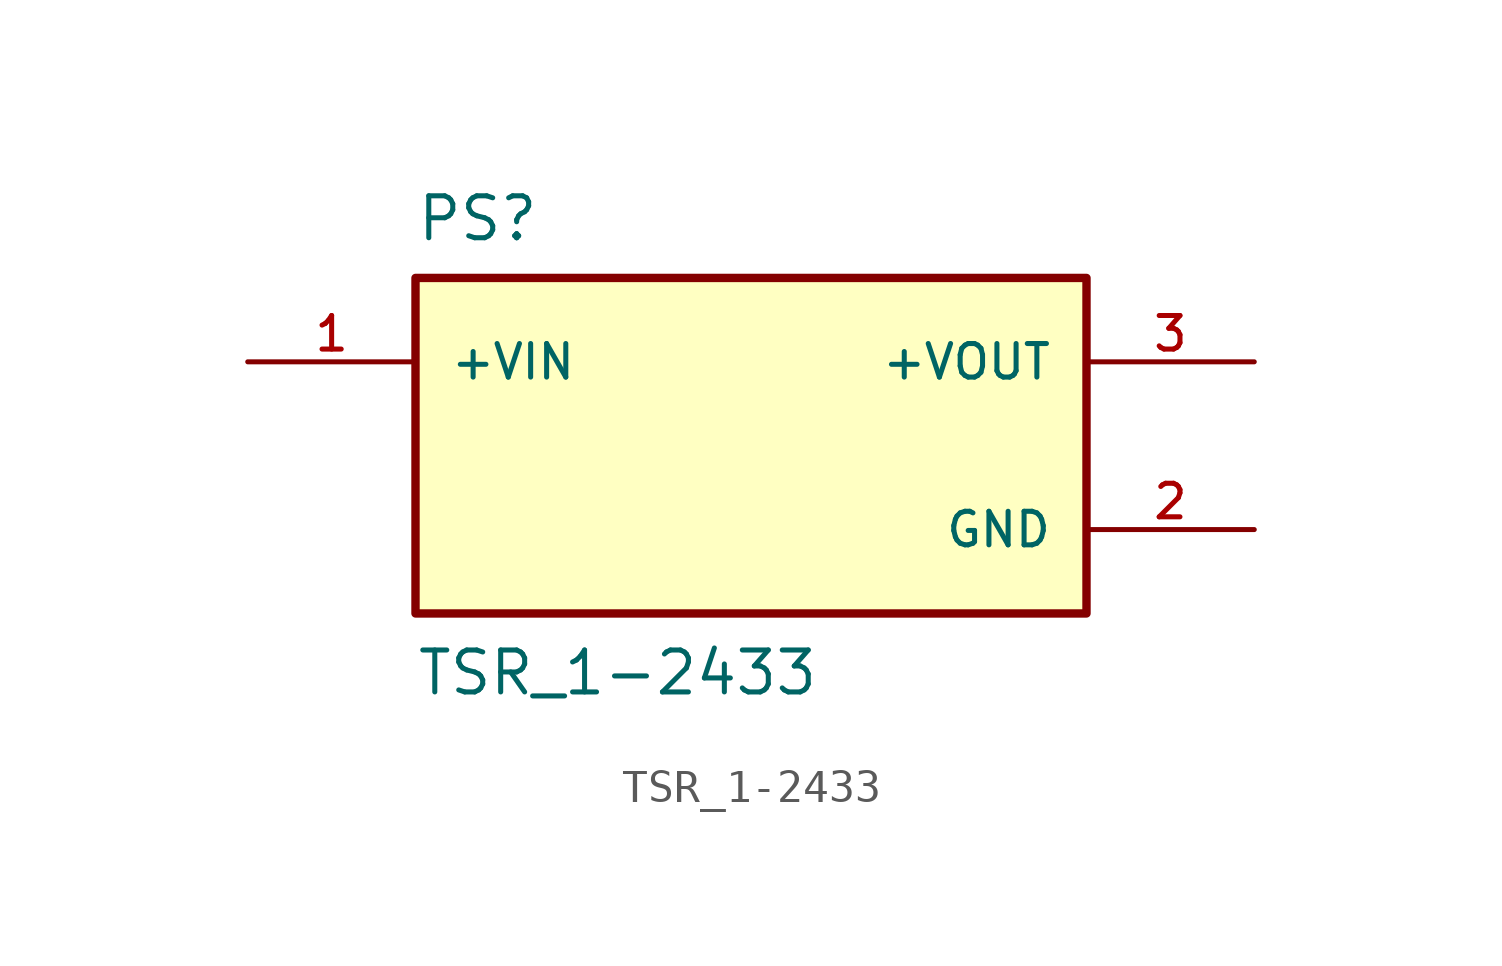
<source format=kicad_sym>
(kicad_symbol_lib
  (version 20211014)
  (generator kicad_symbol_editor)
  (symbol "TSR_1-2433"
    (pin_names
      (offset 1.016))
    (property "Reference" "PS"
      (at -10.16 7.62 0)
      (effects (font (size 1.27 1.27)) (justify top left)))
    (property "Value" "TSR_1-2433"
      (at -10.16 -7.62 0)
      (effects (font (size 1.27 1.27)) (justify bottom left)))
    (symbol "TSR_1-2433_0_0"
      (rectangle (start -10.16 -5.08) (end 10.16 5.08) (stroke (width 0.254)) (fill (type background)))
      (pin input line (at -15.24 2.54 0) (length 5.08) (name "+VIN" (effects (font (size 1.016 1.016)))) (number "1" (effects (font (size 1.016 1.016)))))
      (pin output line (at 15.24 2.54 180.0) (length 5.08) (name "+VOUT" (effects (font (size 1.016 1.016)))) (number "3" (effects (font (size 1.016 1.016)))))
      (pin power_in line (at 15.24 -2.54 180.0) (length 5.08) (name "GND" (effects (font (size 1.016 1.016)))) (number "2" (effects (font (size 1.016 1.016))))))))
</source>
